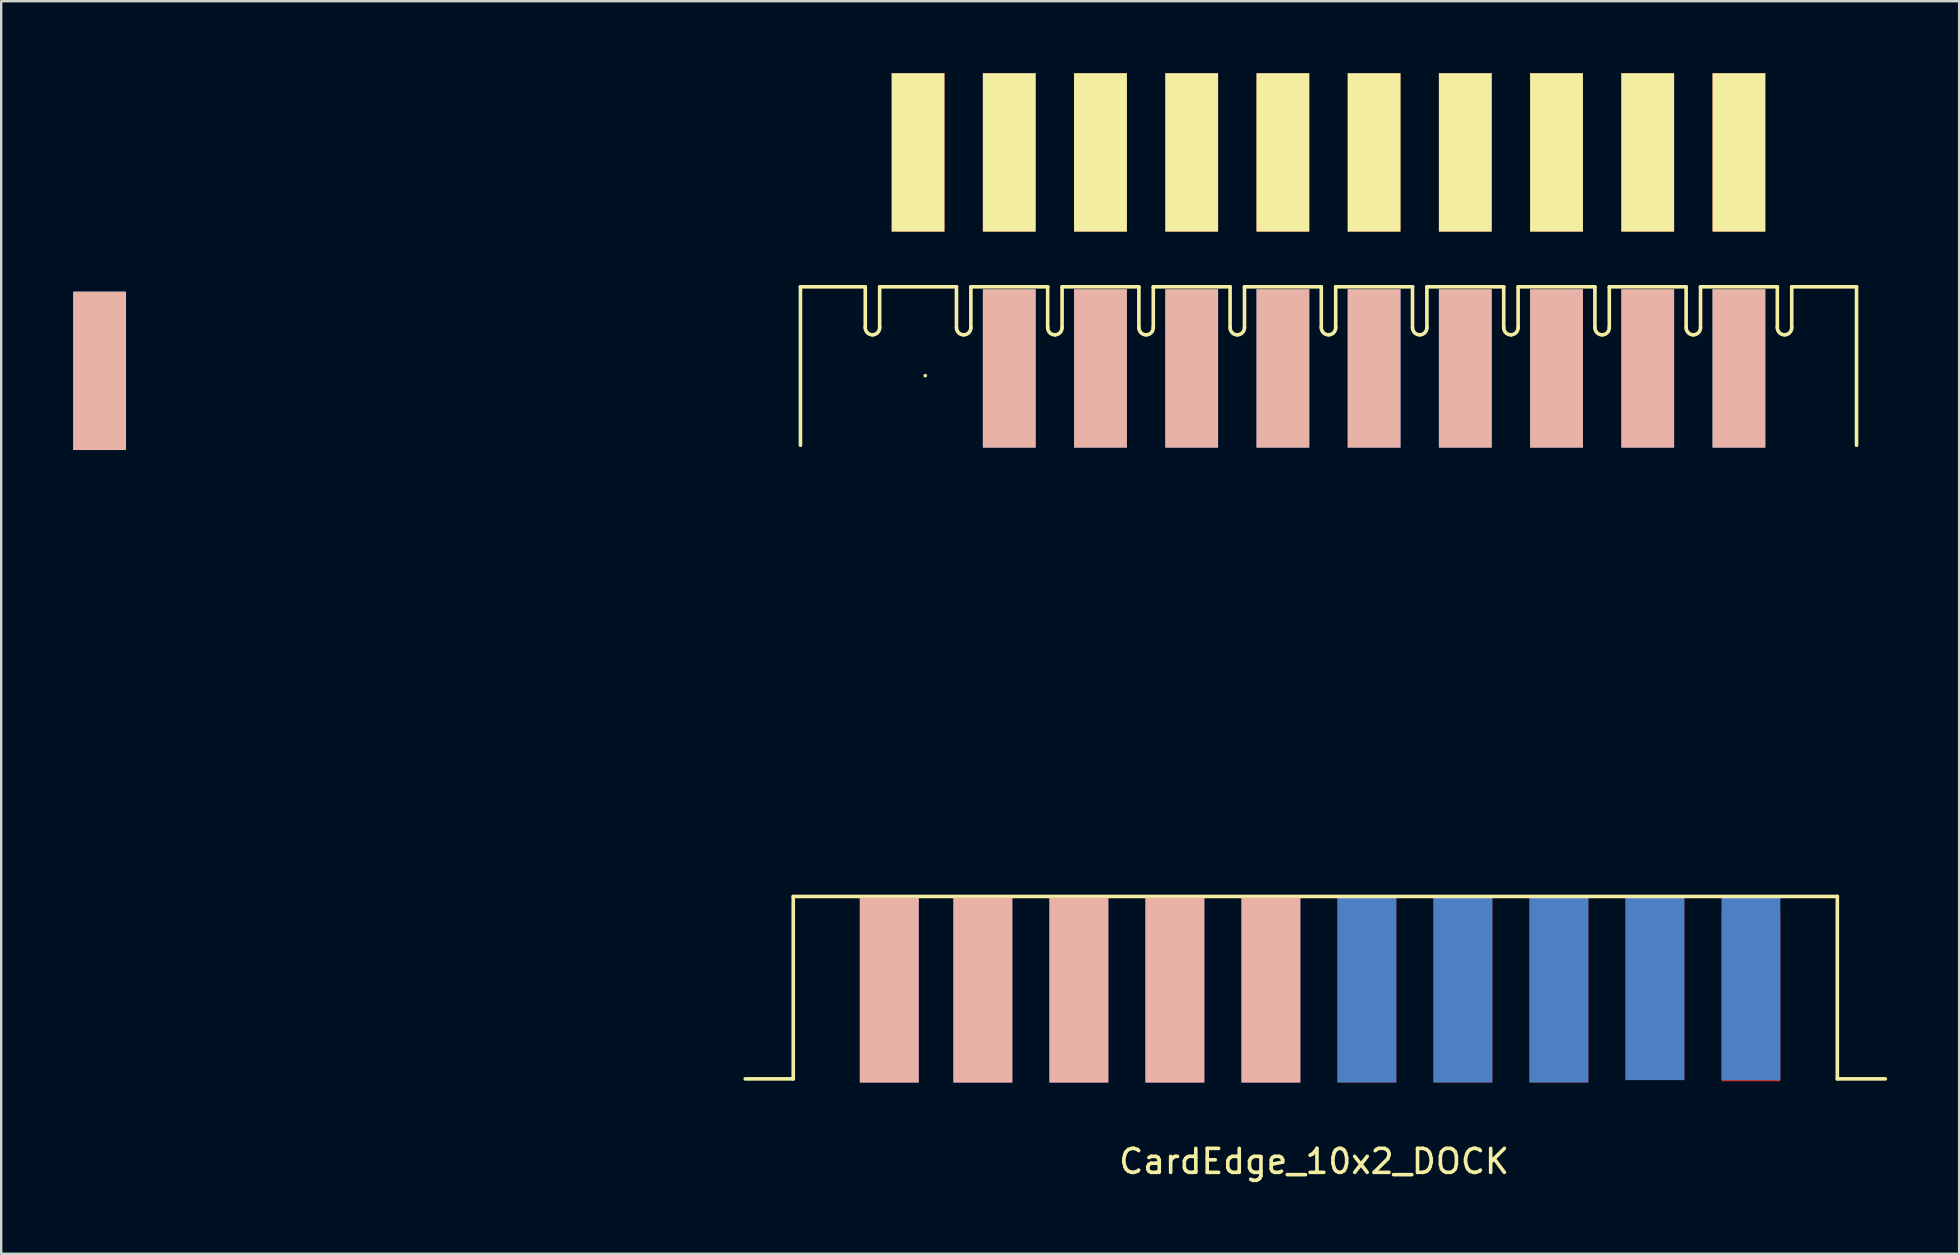
<source format=kicad_pcb>
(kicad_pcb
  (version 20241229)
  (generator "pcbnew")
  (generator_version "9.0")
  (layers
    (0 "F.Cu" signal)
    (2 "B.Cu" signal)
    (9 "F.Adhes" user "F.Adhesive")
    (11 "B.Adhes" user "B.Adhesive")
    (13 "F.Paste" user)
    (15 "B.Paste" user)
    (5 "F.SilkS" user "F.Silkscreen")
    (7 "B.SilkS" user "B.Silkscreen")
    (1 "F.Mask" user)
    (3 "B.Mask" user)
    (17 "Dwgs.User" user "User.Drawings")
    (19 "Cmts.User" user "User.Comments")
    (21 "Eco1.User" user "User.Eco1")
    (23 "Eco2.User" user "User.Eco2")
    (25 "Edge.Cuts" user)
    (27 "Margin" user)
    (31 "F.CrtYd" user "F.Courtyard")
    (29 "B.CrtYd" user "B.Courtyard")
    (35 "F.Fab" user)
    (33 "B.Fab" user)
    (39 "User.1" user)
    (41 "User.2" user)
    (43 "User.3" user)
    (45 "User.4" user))
  (footprint "CardEdge_10x2_DOCK"
    (layer "F.Cu")
    (at 52 23.7)
    (property "Reference" "CardEdge_10x2_DOCK" (at -0.3 21.64 0) (layer "F.SilkS") (effects (font (size 1 1) (thickness 0.15))))
    (attr through_hole)
    (fp_line (start -22 10.6) (end -22 18.2) (stroke (width 0.15) (type solid)) (layer "F.SilkS"))
    (fp_line (start -22 10.6) (end 21.5 10.6) (stroke (width 0.15) (type solid)) (layer "F.SilkS"))
    (fp_line (start -22 18.2) (end -24 18.2) (stroke (width 0.15) (type solid)) (layer "F.SilkS"))
    (fp_line (start -21.7 -14.8) (end -21.7 -8.2) (stroke (width 0.15) (type solid)) (layer "F.SilkS"))
    (fp_line (start -19 -14.8) (end -21.7 -14.8) (stroke (width 0.15) (type solid)) (layer "F.SilkS"))
    (fp_line (start -19 -13.1) (end -19 -14.8) (stroke (width 0.15) (type solid)) (layer "F.SilkS"))
    (fp_line (start -18.4 -14.8) (end -18.4 -13.1) (stroke (width 0.15) (type solid)) (layer "F.SilkS"))
    (fp_line (start -18.4 -14.8) (end -15.2 -14.8) (stroke (width 0.15) (type solid)) (layer "F.SilkS"))
    (fp_line (start -16.5 -20.1) (end -16.5 -20.1) (stroke (width 0.15) (type solid)) (layer "F.SilkS"))
    (fp_line (start -16.5 -11.1) (end -16.5 -11.1) (stroke (width 0.15) (type solid)) (layer "F.SilkS"))
    (fp_line (start -15.2 -13.1) (end -15.2 -14.8) (stroke (width 0.15) (type solid)) (layer "F.SilkS"))
    (fp_line (start -14.6 -14.8) (end -14.6 -13.1) (stroke (width 0.15) (type solid)) (layer "F.SilkS"))
    (fp_line (start -14.6 -14.8) (end -11.4 -14.8) (stroke (width 0.15) (type solid)) (layer "F.SilkS"))
    (fp_line (start -11.4 -13.1) (end -11.4 -14.8) (stroke (width 0.15) (type solid)) (layer "F.SilkS"))
    (fp_line (start -10.8 -14.8) (end -10.8 -13.1) (stroke (width 0.15) (type solid)) (layer "F.SilkS"))
    (fp_line (start -10.8 -14.8) (end -7.6 -14.8) (stroke (width 0.15) (type solid)) (layer "F.SilkS"))
    (fp_line (start -8.9 -20.1) (end -8.9 -20.1) (stroke (width 0.15) (type solid)) (layer "F.SilkS"))
    (fp_line (start -8.9 -11.1) (end -8.9 -11.1) (stroke (width 0.15) (type solid)) (layer "F.SilkS"))
    (fp_line (start -7.6 -13.1) (end -7.6 -14.8) (stroke (width 0.15) (type solid)) (layer "F.SilkS"))
    (fp_line (start -7 -14.8) (end -7 -13.1) (stroke (width 0.15) (type solid)) (layer "F.SilkS"))
    (fp_line (start -7 -14.8) (end -3.8 -14.8) (stroke (width 0.15) (type solid)) (layer "F.SilkS"))
    (fp_line (start -3.8 -13.1) (end -3.8 -14.8) (stroke (width 0.15) (type solid)) (layer "F.SilkS"))
    (fp_line (start -3.2 -14.8) (end -3.2 -13.1) (stroke (width 0.15) (type solid)) (layer "F.SilkS"))
    (fp_line (start -3.2 -14.8) (end 0 -14.8) (stroke (width 0.15) (type solid)) (layer "F.SilkS"))
    (fp_line (start -1.3 -20.1) (end -1.3 -20.1) (stroke (width 0.15) (type solid)) (layer "F.SilkS"))
    (fp_line (start -1.3 -11.1) (end -1.3 -11.1) (stroke (width 0.15) (type solid)) (layer "F.SilkS"))
    (fp_line (start 0 -13.1) (end 0 -14.8) (stroke (width 0.15) (type solid)) (layer "F.SilkS"))
    (fp_line (start 0.6 -14.8) (end 0.6 -13.1) (stroke (width 0.15) (type solid)) (layer "F.SilkS"))
    (fp_line (start 0.6 -14.8) (end 3.8 -14.8) (stroke (width 0.15) (type solid)) (layer "F.SilkS"))
    (fp_line (start 3.8 -13.1) (end 3.8 -14.8) (stroke (width 0.15) (type solid)) (layer "F.SilkS"))
    (fp_line (start 4.4 -14.8) (end 4.4 -13.1) (stroke (width 0.15) (type solid)) (layer "F.SilkS"))
    (fp_line (start 4.4 -14.8) (end 7.6 -14.8) (stroke (width 0.15) (type solid)) (layer "F.SilkS"))
    (fp_line (start 6.3 -20.1) (end 6.3 -20.1) (stroke (width 0.15) (type solid)) (layer "F.SilkS"))
    (fp_line (start 6.3 -11.1) (end 6.3 -11.1) (stroke (width 0.15) (type solid)) (layer "F.SilkS"))
    (fp_line (start 7.6 -13.1) (end 7.6 -14.8) (stroke (width 0.15) (type solid)) (layer "F.SilkS"))
    (fp_line (start 8.2 -14.8) (end 8.2 -13.1) (stroke (width 0.15) (type solid)) (layer "F.SilkS"))
    (fp_line (start 8.2 -14.8) (end 11.4 -14.8) (stroke (width 0.15) (type solid)) (layer "F.SilkS"))
    (fp_line (start 11.4 -13.1) (end 11.4 -14.8) (stroke (width 0.15) (type solid)) (layer "F.SilkS"))
    (fp_line (start 12 -14.8) (end 12 -13.1) (stroke (width 0.15) (type solid)) (layer "F.SilkS"))
    (fp_line (start 12 -14.8) (end 15.2 -14.8) (stroke (width 0.15) (type solid)) (layer "F.SilkS"))
    (fp_line (start 13.9 -20.1) (end 13.9 -20.1) (stroke (width 0.15) (type solid)) (layer "F.SilkS"))
    (fp_line (start 13.9 -11.1) (end 13.9 -11.1) (stroke (width 0.15) (type solid)) (layer "F.SilkS"))
    (fp_line (start 15.2 -13.1) (end 15.2 -14.8) (stroke (width 0.15) (type solid)) (layer "F.SilkS"))
    (fp_line (start 15.8 -14.8) (end 15.8 -13.1) (stroke (width 0.15) (type solid)) (layer "F.SilkS"))
    (fp_line (start 15.8 -14.8) (end 19 -14.8) (stroke (width 0.15) (type solid)) (layer "F.SilkS"))
    (fp_line (start 19 -13.1) (end 19 -14.8) (stroke (width 0.15) (type solid)) (layer "F.SilkS"))
    (fp_line (start 19.6 -14.8) (end 19.6 -13.1) (stroke (width 0.15) (type solid)) (layer "F.SilkS"))
    (fp_line (start 19.6 -14.8) (end 22.3 -14.8) (stroke (width 0.15) (type solid)) (layer "F.SilkS"))
    (fp_line (start 21.5 10.6) (end 21.5 18.2) (stroke (width 0.15) (type solid)) (layer "F.SilkS"))
    (fp_line (start 21.5 18.2) (end 23.5 18.2) (stroke (width 0.15) (type solid)) (layer "F.SilkS"))
    (fp_line (start 22.3 -14.8) (end 22.3 -8.2) (stroke (width 0.15) (type solid)) (layer "F.SilkS"))
    (fp_arc (start -18.7 -12.8) (mid -18.912132 -12.887868) (end -19 -13.1) (stroke (width 0.15) (type solid)) (layer "F.SilkS"))
    (fp_arc (start -18.4 -13.1) (mid -18.487868 -12.887868) (end -18.7 -12.8) (stroke (width 0.15) (type solid)) (layer "F.SilkS"))
    (fp_arc (start -14.9 -12.8) (mid -15.112132 -12.887868) (end -15.2 -13.1) (stroke (width 0.15) (type solid)) (layer "F.SilkS"))
    (fp_arc (start -14.6 -13.1) (mid -14.687868 -12.887868) (end -14.9 -12.8) (stroke (width 0.15) (type solid)) (layer "F.SilkS"))
    (fp_arc (start -11.1 -12.8) (mid -11.312132 -12.887868) (end -11.4 -13.1) (stroke (width 0.15) (type solid)) (layer "F.SilkS"))
    (fp_arc (start -10.8 -13.1) (mid -10.887868 -12.887868) (end -11.1 -12.8) (stroke (width 0.15) (type solid)) (layer "F.SilkS"))
    (fp_arc (start -7.3 -12.8) (mid -7.512132 -12.887868) (end -7.6 -13.1) (stroke (width 0.15) (type solid)) (layer "F.SilkS"))
    (fp_arc (start -7 -13.1) (mid -7.087868 -12.887868) (end -7.3 -12.8) (stroke (width 0.15) (type solid)) (layer "F.SilkS"))
    (fp_arc (start -3.5 -12.8) (mid -3.712132 -12.887868) (end -3.8 -13.1) (stroke (width 0.15) (type solid)) (layer "F.SilkS"))
    (fp_arc (start -3.2 -13.1) (mid -3.287868 -12.887868) (end -3.5 -12.8) (stroke (width 0.15) (type solid)) (layer "F.SilkS"))
    (fp_arc (start 0.3 -12.8) (mid 0.087868 -12.887868) (end 0 -13.1) (stroke (width 0.15) (type solid)) (layer "F.SilkS"))
    (fp_arc (start 0.6 -13.1) (mid 0.512132 -12.887868) (end 0.3 -12.8) (stroke (width 0.15) (type solid)) (layer "F.SilkS"))
    (fp_arc (start 4.1 -12.8) (mid 3.887868 -12.887868) (end 3.8 -13.1) (stroke (width 0.15) (type solid)) (layer "F.SilkS"))
    (fp_arc (start 4.4 -13.1) (mid 4.312132 -12.887868) (end 4.1 -12.8) (stroke (width 0.15) (type solid)) (layer "F.SilkS"))
    (fp_arc (start 7.9 -12.8) (mid 7.687868 -12.887868) (end 7.6 -13.1) (stroke (width 0.15) (type solid)) (layer "F.SilkS"))
    (fp_arc (start 8.2 -13.1) (mid 8.112132 -12.887868) (end 7.9 -12.8) (stroke (width 0.15) (type solid)) (layer "F.SilkS"))
    (fp_arc (start 11.7 -12.8) (mid 11.487868 -12.887868) (end 11.4 -13.1) (stroke (width 0.15) (type solid)) (layer "F.SilkS"))
    (fp_arc (start 12 -13.1) (mid 11.912132 -12.887868) (end 11.7 -12.8) (stroke (width 0.15) (type solid)) (layer "F.SilkS"))
    (fp_arc (start 15.5 -12.8) (mid 15.287868 -12.887868) (end 15.2 -13.1) (stroke (width 0.15) (type solid)) (layer "F.SilkS"))
    (fp_arc (start 15.8 -13.1) (mid 15.712132 -12.887868) (end 15.5 -12.8) (stroke (width 0.15) (type solid)) (layer "F.SilkS"))
    (fp_arc (start 19.3 -12.8) (mid 19.087868 -12.887868) (end 19 -13.1) (stroke (width 0.15) (type solid)) (layer "F.SilkS"))
    (fp_arc (start 19.6 -13.1) (mid 19.512132 -12.887868) (end 19.3 -12.8) (stroke (width 0.15) (type solid)) (layer "F.SilkS"))
    (pad "1" smd rect (at -18 14.5) (size 2.45 7.7) (layers "B.Cu" "B.Mask" "B.SilkS" "B.Paste"))
    (pad "1" smd rect (at 17.4 -20.4) (size 2.2 6.6) (layers "F.Cu" "F.Mask" "F.SilkS" "F.Paste"))
    (pad "1" smd rect (at 17.4 -11.4) (size 2.2 6.6) (layers "B.Cu" "B.Mask" "B.SilkS" "B.Paste"))
    (pad "2" smd rect (at -14.1 14.5) (size 2.45 7.7) (layers "B.Cu" "B.Mask" "B.SilkS" "B.Paste"))
    (pad "2" smd rect (at 13.6 -20.4) (size 2.2 6.6) (layers "F.Cu" "F.Mask" "F.SilkS" "F.Paste"))
    (pad "2" smd rect (at 13.6 -11.4) (size 2.2 6.6) (layers "B.Cu" "B.Mask" "B.SilkS" "B.Paste"))
    (pad "3" smd rect (at -10.1 14.5) (size 2.45 7.7) (layers "B.Cu" "B.Mask" "B.SilkS" "B.Paste"))
    (pad "3" smd rect (at 9.8 -20.4) (size 2.2 6.6) (layers "F.Cu" "F.Mask" "F.SilkS" "F.Paste"))
    (pad "3" smd rect (at 9.8 -11.4) (size 2.2 6.6) (layers "B.Cu" "B.Mask" "B.SilkS" "B.Paste"))
    (pad "4" smd rect (at -6.1 14.5) (size 2.45 7.7) (layers "B.Cu" "B.Mask" "B.SilkS" "B.Paste"))
    (pad "4" smd rect (at 6 -20.4) (size 2.2 6.6) (layers "F.Cu" "F.Mask" "F.SilkS" "F.Paste"))
    (pad "4" smd rect (at 6 -11.4) (size 2.2 6.6) (layers "B.Cu" "B.Mask" "B.SilkS" "B.Paste"))
    (pad "5" smd rect (at -2.1 14.5) (size 2.45 7.7) (layers "B.Cu" "B.Mask" "B.SilkS" "B.Paste"))
    (pad "5" smd rect (at 2.2 -20.4) (size 2.2 6.6) (layers "F.Cu" "F.Mask" "F.SilkS" "F.Paste"))
    (pad "5" smd rect (at 2.2 -11.4) (size 2.2 6.6) (layers "B.Cu" "B.Mask" "B.SilkS" "B.Paste"))
    (pad "6" smd rect (at -1.6 -20.4) (size 2.2 6.6) (layers "F.Cu" "F.Mask" "F.SilkS" "F.Paste"))
    (pad "6" smd rect (at -1.6 -11.4) (size 2.2 6.6) (layers "B.Cu" "B.Mask" "B.SilkS" "B.Paste"))
    (pad "6" smd rect (at 1.9 14.5) (size 2.45 7.7) (layers "F.Mask" "B.Cu" "F.Paste"))
    (pad "7" smd rect (at -5.4 -20.4) (size 2.2 6.6) (layers "F.Cu" "F.Mask" "F.SilkS" "F.Paste"))
    (pad "7" smd rect (at -5.4 -11.4) (size 2.2 6.6) (layers "B.Cu" "B.Mask" "B.SilkS" "B.Paste"))
    (pad "7" smd rect (at 5.9 14.5) (size 2.45 7.7) (layers "F.Mask" "B.Cu" "F.Paste"))
    (pad "8" smd rect (at -9.2 -20.4) (size 2.2 6.6) (layers "F.Cu" "F.Mask" "F.SilkS" "F.Paste"))
    (pad "8" smd rect (at -9.2 -11.4) (size 2.2 6.6) (layers "B.Cu" "B.Mask" "B.SilkS" "B.Paste"))
    (pad "8" smd rect (at 9.9 14.5) (size 2.45 7.7) (layers "F.Mask" "B.Cu" "F.Paste"))
    (pad "9" smd rect (at -13 -20.4) (size 2.2 6.6) (layers "F.Cu" "F.Mask" "F.SilkS" "F.Paste"))
    (pad "9" smd rect (at -13 -11.4) (size 2.2 6.6) (layers "B.Cu" "B.Mask" "B.SilkS" "B.Paste"))
    (pad "9" smd rect (at 13.9 14.4) (size 2.45 7.7) (layers "F.Mask" "B.Cu" "F.Paste"))
    (pad "10" smd rect (at -50.9 -11.3) (size 2.2 6.6) (layers "B.Cu" "B.Mask" "B.SilkS" "B.Paste"))
    (pad "10" smd rect (at -16.8 -20.4) (size 2.2 6.6) (layers "F.Cu" "F.Mask" "F.SilkS" "F.Paste"))
    (pad "10" smd rect (at 17.9 14.4) (size 2.45 7.7) (layers "F.Mask" "B.Cu" "F.Paste"))
    (pad "A" smd rect (at -18 14.5) (size 2.45 7.7) (layers "F.Cu" "F.Mask" "F.Paste"))
    (pad "B" smd rect (at -14.1 14.5) (size 2.45 7.7) (layers "F.Cu" "F.Mask" "F.Paste"))
    (pad "C" smd rect (at -10.1 14.5) (size 2.45 7.7) (layers "F.Cu" "F.Mask" "F.Paste"))
    (pad "D" smd rect (at -6.1 14.5) (size 2.45 7.7) (layers "F.Cu" "F.Mask" "F.Paste"))
    (pad "E" smd rect (at -2.1 14.5) (size 2.45 7.7) (layers "F.Cu" "F.Mask" "F.Paste"))
    (pad "F" smd rect (at 1.9 14.5) (size 2.45 7.7) (layers "F.Cu" "F.Mask" "F.Paste"))
    (pad "G" smd rect (at 5.9 14.5) (size 2.45 7.7) (layers "F.Cu" "F.Mask" "F.Paste"))
    (pad "H" smd rect (at 9.9 14.5) (size 2.45 7.7) (layers "F.Cu" "F.Mask" "F.Paste"))
    (pad "I" smd rect (at 13.9 14.4) (size 2.45 7.7) (layers "F.Cu" "F.Mask" "F.Paste"))
    (pad "J" smd rect (at 17.9 14.8) (size 2.45 7) (layers "F.Cu" "F.Mask" "F.Paste")))
  (gr_rect
    (start -3 -3)
    (end 78.575 49.188)
    (stroke (width 0.1) (type default))
    (fill no)
    (layer "Edge.Cuts")))
</source>
